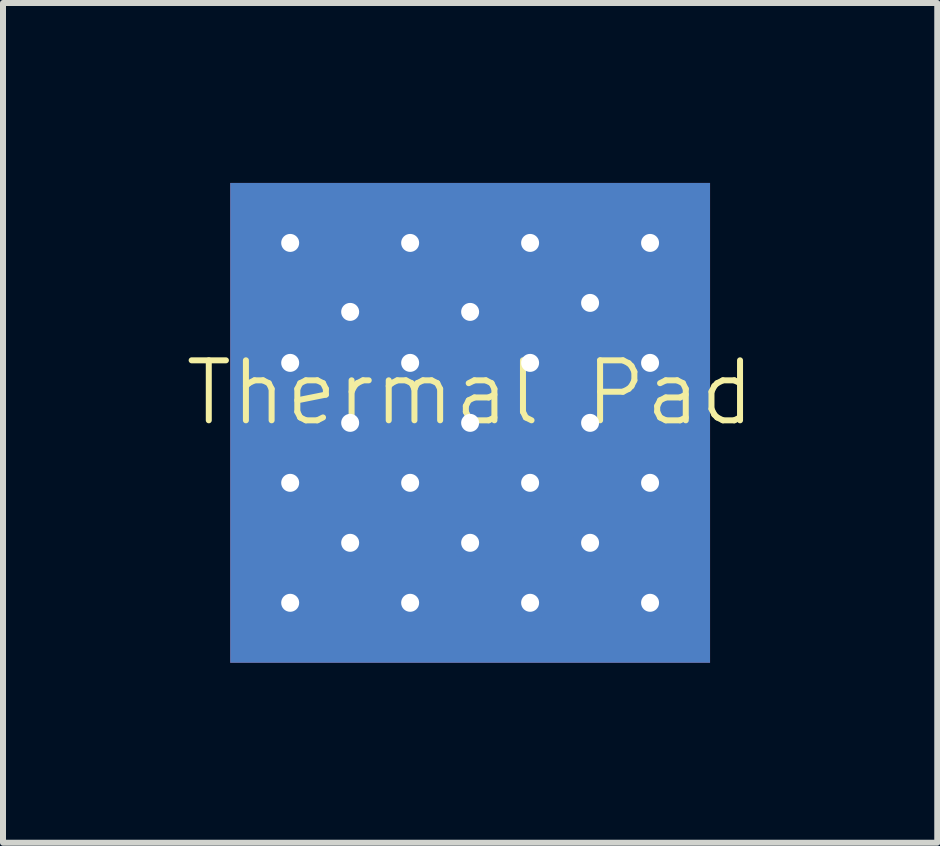
<source format=kicad_pcb>
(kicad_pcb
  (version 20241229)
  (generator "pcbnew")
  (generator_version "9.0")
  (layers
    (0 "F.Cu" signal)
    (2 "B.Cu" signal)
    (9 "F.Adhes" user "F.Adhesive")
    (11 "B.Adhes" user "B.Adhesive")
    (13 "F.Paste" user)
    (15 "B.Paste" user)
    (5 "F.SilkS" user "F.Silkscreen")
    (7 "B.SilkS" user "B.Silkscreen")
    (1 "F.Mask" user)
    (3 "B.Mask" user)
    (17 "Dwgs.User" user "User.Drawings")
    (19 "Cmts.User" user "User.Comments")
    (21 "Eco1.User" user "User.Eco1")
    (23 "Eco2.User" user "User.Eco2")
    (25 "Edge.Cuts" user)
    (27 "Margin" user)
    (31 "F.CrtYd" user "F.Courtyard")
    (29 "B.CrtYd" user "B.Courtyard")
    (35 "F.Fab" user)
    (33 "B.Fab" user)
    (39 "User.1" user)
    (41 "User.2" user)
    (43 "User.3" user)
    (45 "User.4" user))
  (footprint "Thermal Pad"
    (layer "F.Cu")
    (at 4.788 4)
    (property "Reference" "Thermal Pad" (at 0 -0.5 0) (unlocked yes) (layer "F.SilkS") (effects (font (size 1 1) (thickness 0.1))))
    (attr smd)
    (pad "1" thru_hole circle (at -3 -3) (size 0.6 0.6) (drill 0.3) (property pad_prop_heatsink) (layers "*.Cu" "*.Mask"))
    (pad "1" thru_hole circle (at -3 -1) (size 0.6 0.6) (drill 0.3) (property pad_prop_heatsink) (layers "*.Cu" "*.Mask"))
    (pad "1" thru_hole circle (at -3 1) (size 0.6 0.6) (drill 0.3) (property pad_prop_heatsink) (layers "*.Cu" "*.Mask"))
    (pad "1" thru_hole circle (at -3 3) (size 0.6 0.6) (drill 0.3) (property pad_prop_heatsink) (layers "*.Cu" "*.Mask"))
    (pad "1" thru_hole circle (at -2 -1.85) (size 0.6 0.6) (drill 0.3) (property pad_prop_heatsink) (layers "*.Cu" "*.Mask"))
    (pad "1" thru_hole circle (at -2 0) (size 0.6 0.6) (drill 0.3) (property pad_prop_heatsink) (layers "*.Cu" "*.Mask"))
    (pad "1" thru_hole circle (at -2 2) (size 0.6 0.6) (drill 0.3) (property pad_prop_heatsink) (layers "*.Cu" "*.Mask"))
    (pad "1" thru_hole circle (at -1 -3) (size 0.6 0.6) (drill 0.3) (property pad_prop_heatsink) (layers "*.Cu" "*.Mask"))
    (pad "1" thru_hole circle (at -1 -1) (size 0.6 0.6) (drill 0.3) (property pad_prop_heatsink) (layers "*.Cu" "*.Mask"))
    (pad "1" thru_hole circle (at -1 1) (size 0.6 0.6) (drill 0.3) (property pad_prop_heatsink) (layers "*.Cu" "*.Mask"))
    (pad "1" thru_hole circle (at -1 3) (size 0.6 0.6) (drill 0.3) (property pad_prop_heatsink) (layers "*.Cu" "*.Mask"))
    (pad "1" thru_hole circle (at 0 -1.85) (size 0.6 0.6) (drill 0.3) (property pad_prop_heatsink) (layers "*.Cu" "*.Mask"))
    (pad "1" thru_hole circle (at 0 0) (size 0.6 0.6) (drill 0.3) (property pad_prop_heatsink) (layers "*.Cu" "*.Mask"))
    (pad "1" smd rect (at 0 0) (size 8 8) (property pad_prop_heatsink) (layers "F.Cu" "F.Mask"))
    (pad "1" smd rect (at 0 0) (size 8 8) (property pad_prop_heatsink) (layers "B.Cu" "B.Mask"))
    (pad "1" thru_hole circle (at 0 2) (size 0.6 0.6) (drill 0.3) (property pad_prop_heatsink) (layers "*.Cu" "*.Mask"))
    (pad "1" thru_hole circle (at 1 -3) (size 0.6 0.6) (drill 0.3) (property pad_prop_heatsink) (layers "*.Cu" "*.Mask"))
    (pad "1" thru_hole circle (at 1 -1) (size 0.6 0.6) (drill 0.3) (property pad_prop_heatsink) (layers "*.Cu" "*.Mask"))
    (pad "1" thru_hole circle (at 1 1) (size 0.6 0.6) (drill 0.3) (property pad_prop_heatsink) (layers "*.Cu" "*.Mask"))
    (pad "1" thru_hole circle (at 1 3) (size 0.6 0.6) (drill 0.3) (property pad_prop_heatsink) (layers "*.Cu" "*.Mask"))
    (pad "1" thru_hole circle (at 2 -2) (size 0.6 0.6) (drill 0.3) (property pad_prop_heatsink) (layers "*.Cu" "*.Mask"))
    (pad "1" thru_hole circle (at 2 0) (size 0.6 0.6) (drill 0.3) (property pad_prop_heatsink) (layers "*.Cu" "*.Mask"))
    (pad "1" thru_hole circle (at 2 2) (size 0.6 0.6) (drill 0.3) (property pad_prop_heatsink) (layers "*.Cu" "*.Mask"))
    (pad "1" thru_hole circle (at 3 -3) (size 0.6 0.6) (drill 0.3) (property pad_prop_heatsink) (layers "*.Cu" "*.Mask"))
    (pad "1" thru_hole circle (at 3 -1) (size 0.6 0.6) (drill 0.3) (property pad_prop_heatsink) (layers "*.Cu" "*.Mask"))
    (pad "1" thru_hole circle (at 3 1) (size 0.6 0.6) (drill 0.3) (property pad_prop_heatsink) (layers "*.Cu" "*.Mask"))
    (pad "1" thru_hole circle (at 3 3) (size 0.6 0.6) (drill 0.3) (property pad_prop_heatsink) (layers "*.Cu" "*.Mask")))
  (gr_rect
    (start -3 -3)
    (end 12.576 11)
    (stroke (width 0.1) (type default))
    (fill no)
    (layer "Edge.Cuts")))
</source>
